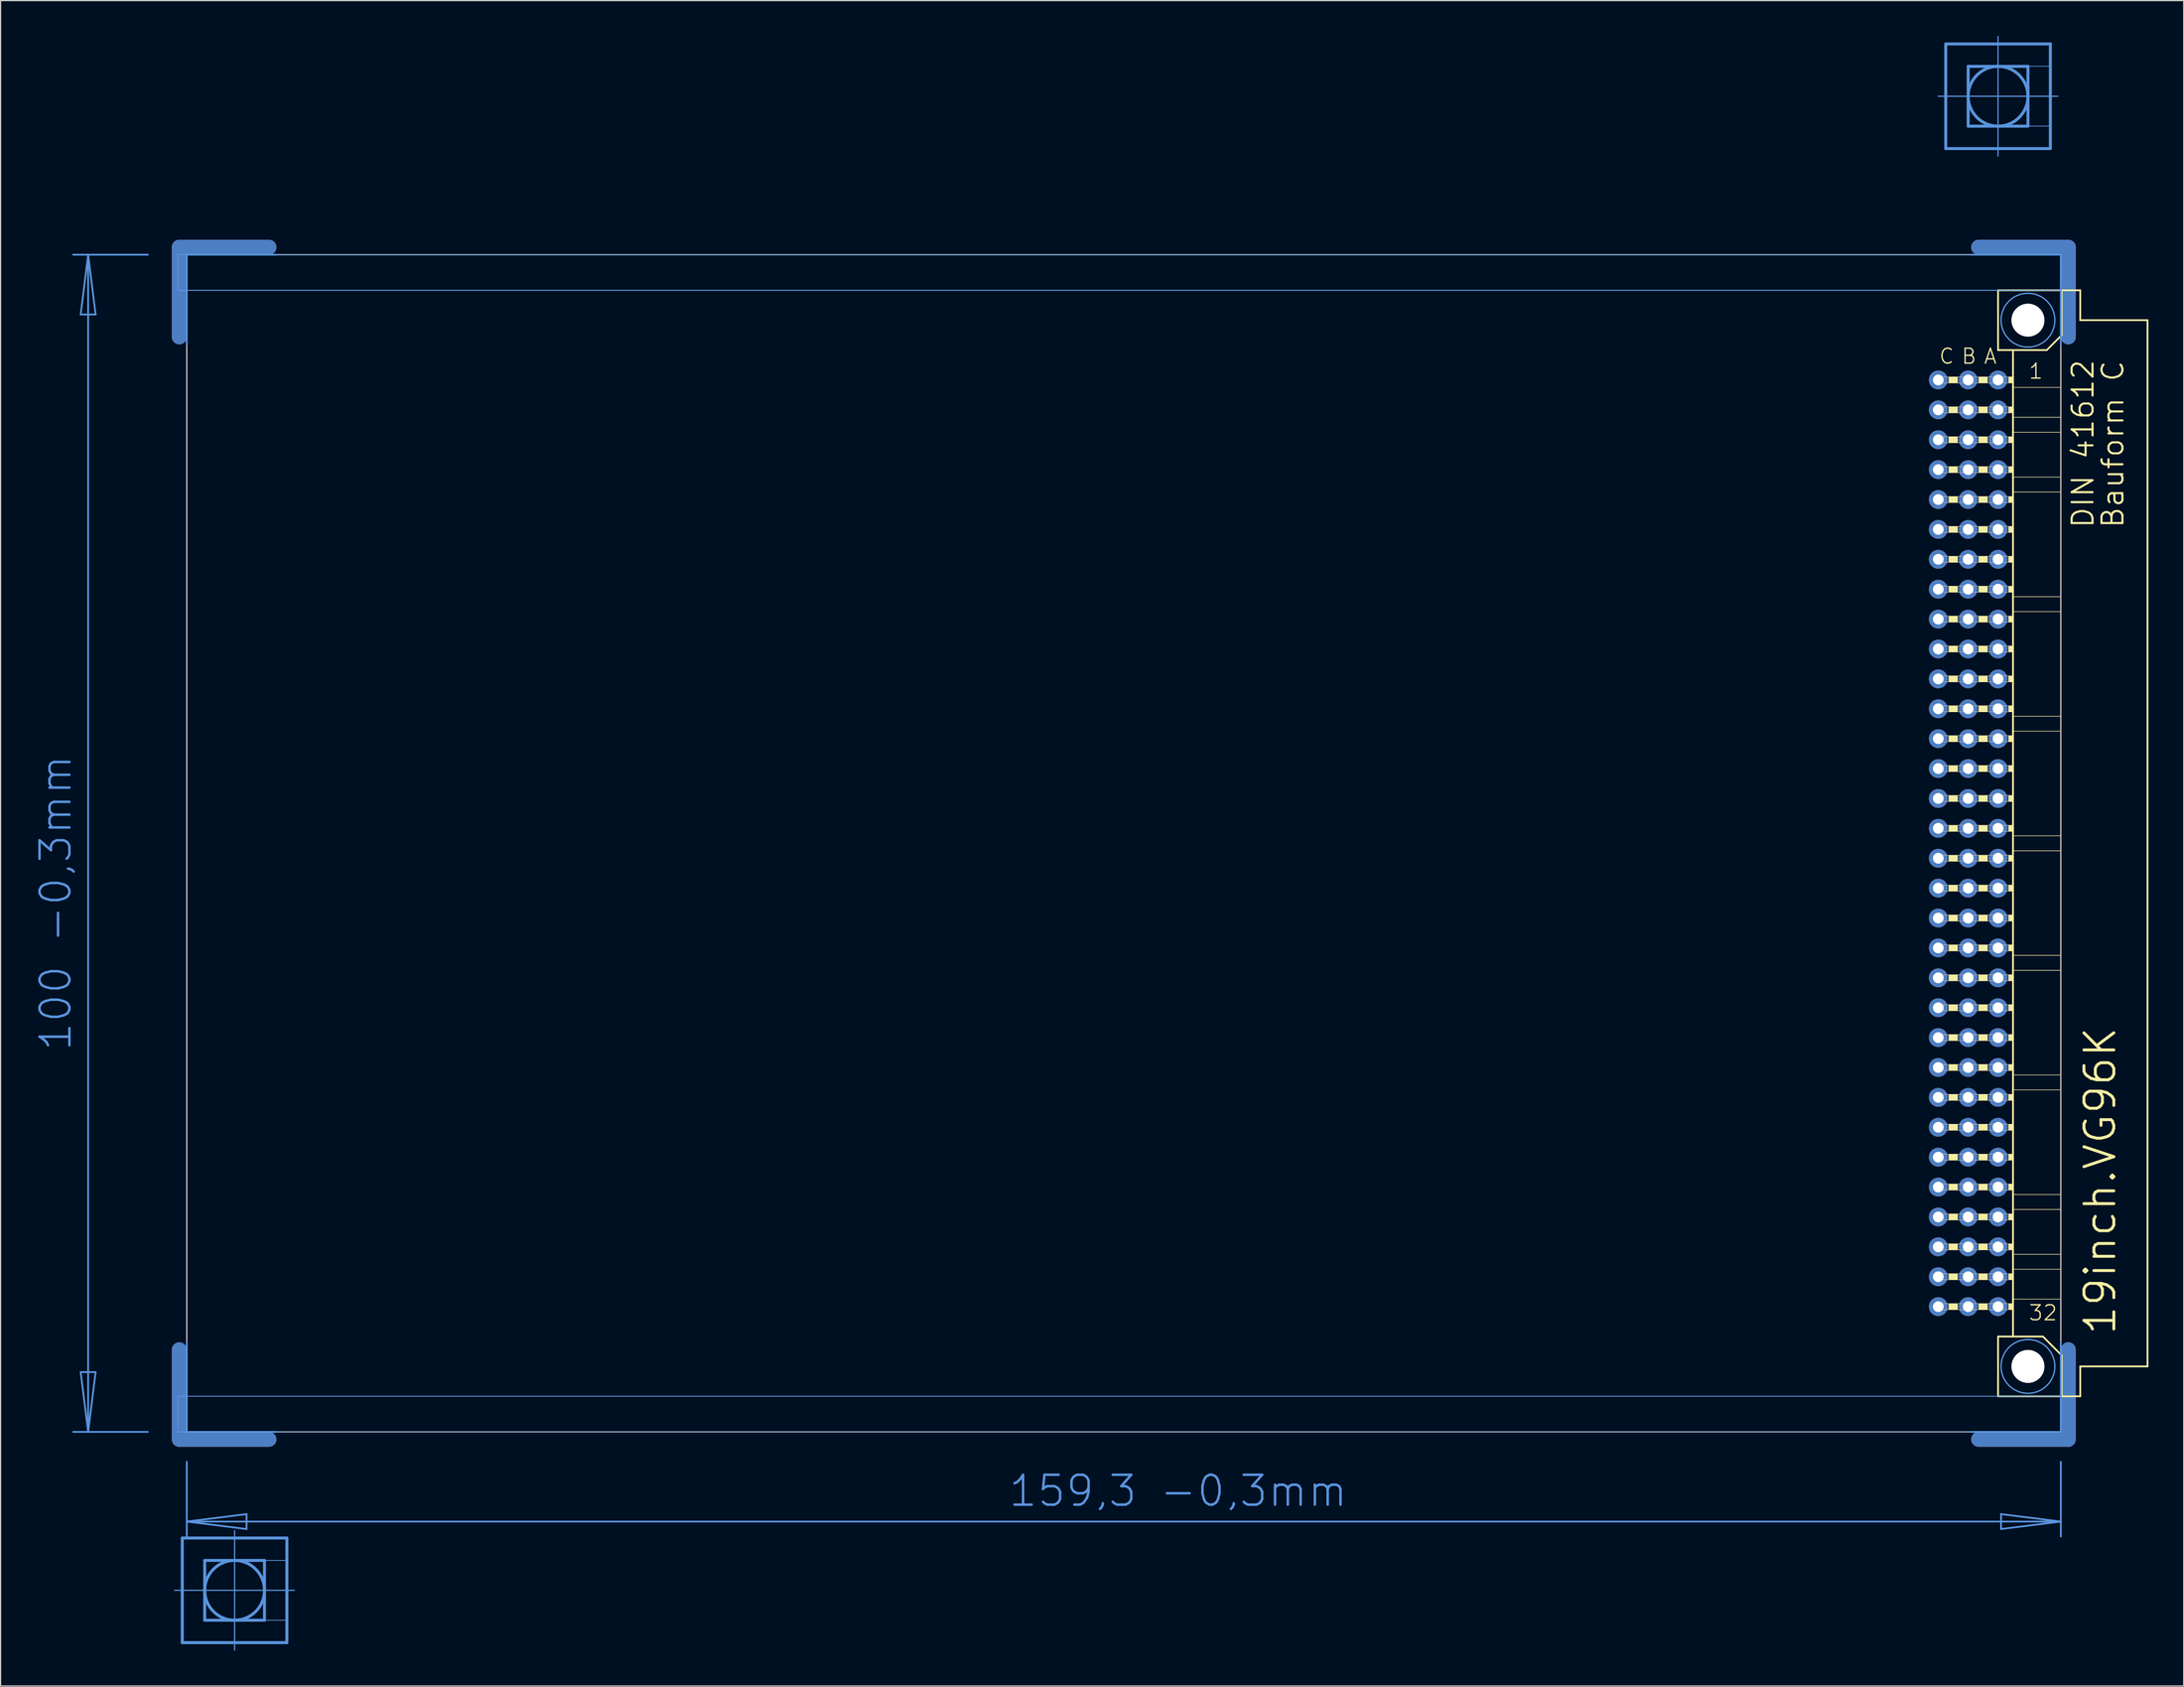
<source format=kicad_pcb>
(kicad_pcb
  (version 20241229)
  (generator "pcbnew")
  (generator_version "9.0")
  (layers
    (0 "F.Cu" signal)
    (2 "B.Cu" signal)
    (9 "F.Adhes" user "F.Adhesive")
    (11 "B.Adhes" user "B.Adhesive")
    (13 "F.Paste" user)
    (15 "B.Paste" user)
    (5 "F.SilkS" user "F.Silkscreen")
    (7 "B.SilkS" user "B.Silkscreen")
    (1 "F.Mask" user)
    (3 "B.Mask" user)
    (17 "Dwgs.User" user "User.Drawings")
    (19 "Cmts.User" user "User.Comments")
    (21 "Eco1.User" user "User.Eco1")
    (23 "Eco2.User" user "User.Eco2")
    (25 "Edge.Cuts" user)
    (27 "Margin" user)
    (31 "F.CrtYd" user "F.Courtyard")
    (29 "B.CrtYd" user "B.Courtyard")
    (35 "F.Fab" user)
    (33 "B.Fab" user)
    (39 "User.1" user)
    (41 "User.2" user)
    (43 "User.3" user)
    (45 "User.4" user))
  (footprint "19inch.VG96K"
    (layer "F.Cu")
    (at 11.806 68.605)
    (property "Reference" "19inch.VG96K" (at 165.1 41.91 90) (layer "F.SilkS") (effects (font (size 2.54 2.54) (thickness 0.25)) (justify left bottom)))
    (attr through_hole)
    (fp_line (start 0.381 -43.028) (end 0.381 -50.648) (stroke (width 1.27) (type default)) (layer "F.Cu"))
    (fp_line (start 0.381 43.028) (end 0.381 50.648) (stroke (width 1.27) (type default)) (layer "F.Cu"))
    (fp_line (start 8.001 -50.648) (end 0.381 -50.648) (stroke (width 1.27) (type default)) (layer "F.Cu"))
    (fp_line (start 8.001 50.648) (end 0.381 50.648) (stroke (width 1.27) (type default)) (layer "F.Cu"))
    (fp_line (start 153.289 -50.648) (end 160.909 -50.648) (stroke (width 1.27) (type default)) (layer "F.Cu"))
    (fp_line (start 153.289 50.648) (end 160.909 50.648) (stroke (width 1.27) (type default)) (layer "F.Cu"))
    (fp_line (start 160.909 -43.028) (end 160.909 -50.648) (stroke (width 1.27) (type default)) (layer "F.Cu"))
    (fp_line (start 160.909 43.028) (end 160.909 50.648) (stroke (width 1.27) (type default)) (layer "F.Cu"))
    (fp_line (start 1.016 -42.393) (end 1.016 -50.013) (stroke (width 0.152) (type default)) (layer "F.Mask"))
    (fp_line (start 1.016 42.393) (end 1.016 50.013) (stroke (width 0.152) (type default)) (layer "F.Mask"))
    (fp_line (start 8.636 -50.013) (end 1.016 -50.013) (stroke (width 0.152) (type default)) (layer "F.Mask"))
    (fp_line (start 8.636 50.013) (end 1.016 50.013) (stroke (width 0.152) (type default)) (layer "F.Mask"))
    (fp_line (start 152.654 -50.013) (end 160.274 -50.013) (stroke (width 0.152) (type default)) (layer "F.Mask"))
    (fp_line (start 152.654 50.013) (end 160.274 50.013) (stroke (width 0.152) (type default)) (layer "F.Mask"))
    (fp_line (start 160.274 -42.393) (end 160.274 -50.013) (stroke (width 0.152) (type default)) (layer "F.Mask"))
    (fp_line (start 160.274 42.393) (end 160.274 50.013) (stroke (width 0.152) (type default)) (layer "F.Mask"))
    (fp_line (start 0.381 -43.028) (end 0.381 -50.648) (stroke (width 1.27) (type default)) (layer "B.Cu"))
    (fp_line (start 0.381 43.028) (end 0.381 50.648) (stroke (width 1.27) (type default)) (layer "B.Cu"))
    (fp_line (start 8.001 -50.648) (end 0.381 -50.648) (stroke (width 1.27) (type default)) (layer "B.Cu"))
    (fp_line (start 8.001 50.648) (end 0.381 50.648) (stroke (width 1.27) (type default)) (layer "B.Cu"))
    (fp_line (start 153.289 -50.648) (end 160.909 -50.648) (stroke (width 1.27) (type default)) (layer "B.Cu"))
    (fp_line (start 153.289 50.648) (end 160.909 50.648) (stroke (width 1.27) (type default)) (layer "B.Cu"))
    (fp_line (start 160.909 -43.028) (end 160.909 -50.648) (stroke (width 1.27) (type default)) (layer "B.Cu"))
    (fp_line (start 160.909 43.028) (end 160.909 50.648) (stroke (width 1.27) (type default)) (layer "B.Cu"))
    (fp_line (start 1.016 -50.013) (end 8.636 -50.013) (stroke (width 0.152) (type default)) (layer "B.Mask"))
    (fp_line (start 1.016 -42.393) (end 1.016 -50.013) (stroke (width 0.152) (type default)) (layer "B.Mask"))
    (fp_line (start 1.016 50.013) (end 1.016 42.393) (stroke (width 0.152) (type default)) (layer "B.Mask"))
    (fp_line (start 8.636 50.013) (end 1.016 50.013) (stroke (width 0.152) (type default)) (layer "B.Mask"))
    (fp_line (start 152.654 -50.013) (end 160.274 -50.013) (stroke (width 0.152) (type default)) (layer "B.Mask"))
    (fp_line (start 160.274 -50.013) (end 160.274 -42.393) (stroke (width 0.152) (type default)) (layer "B.Mask"))
    (fp_line (start 160.274 42.393) (end 160.274 50.013) (stroke (width 0.152) (type default)) (layer "B.Mask"))
    (fp_line (start 160.274 50.013) (end 152.654 50.013) (stroke (width 0.152) (type default)) (layer "B.Mask"))
    (fp_line (start 154.94 -46.99) (end 154.94 -41.91) (stroke (width 0.152) (type default)) (layer "F.SilkS"))
    (fp_line (start 154.94 -41.91) (end 156.21 -41.91) (stroke (width 0.152) (type default)) (layer "F.SilkS"))
    (fp_line (start 154.94 41.91) (end 154.94 46.99) (stroke (width 0.152) (type default)) (layer "F.SilkS"))
    (fp_line (start 154.94 41.91) (end 156.21 41.91) (stroke (width 0.152) (type default)) (layer "F.SilkS"))
    (fp_line (start 154.94 46.99) (end 160.35 46.99) (stroke (width 0.152) (type default)) (layer "F.SilkS"))
    (fp_line (start 156.21 -41.91) (end 156.21 -38.735) (stroke (width 0.152) (type default)) (layer "F.SilkS"))
    (fp_line (start 156.21 -41.91) (end 159.08 -41.91) (stroke (width 0.152) (type default)) (layer "F.SilkS"))
    (fp_line (start 156.21 -38.735) (end 156.21 -36.195) (stroke (width 0.152) (type default)) (layer "F.SilkS"))
    (fp_line (start 156.21 -36.195) (end 156.21 -34.925) (stroke (width 0.152) (type default)) (layer "F.SilkS"))
    (fp_line (start 156.21 -34.925) (end 156.21 -31.115) (stroke (width 0.152) (type default)) (layer "F.SilkS"))
    (fp_line (start 156.21 -31.115) (end 156.21 -29.845) (stroke (width 0.152) (type default)) (layer "F.SilkS"))
    (fp_line (start 156.21 -29.845) (end 156.21 -20.955) (stroke (width 0.152) (type default)) (layer "F.SilkS"))
    (fp_line (start 156.21 -20.955) (end 156.21 -19.685) (stroke (width 0.152) (type default)) (layer "F.SilkS"))
    (fp_line (start 156.21 -19.685) (end 156.21 -10.795) (stroke (width 0.152) (type default)) (layer "F.SilkS"))
    (fp_line (start 156.21 -10.795) (end 156.21 -9.525) (stroke (width 0.152) (type default)) (layer "F.SilkS"))
    (fp_line (start 156.21 -9.525) (end 156.21 -0.635) (stroke (width 0.152) (type default)) (layer "F.SilkS"))
    (fp_line (start 156.21 -0.635) (end 156.21 0.635) (stroke (width 0.152) (type default)) (layer "F.SilkS"))
    (fp_line (start 156.21 0.635) (end 156.21 9.525) (stroke (width 0.152) (type default)) (layer "F.SilkS"))
    (fp_line (start 156.21 9.525) (end 156.21 10.795) (stroke (width 0.152) (type default)) (layer "F.SilkS"))
    (fp_line (start 156.21 10.795) (end 156.21 19.685) (stroke (width 0.152) (type default)) (layer "F.SilkS"))
    (fp_line (start 156.21 19.685) (end 156.21 20.955) (stroke (width 0.152) (type default)) (layer "F.SilkS"))
    (fp_line (start 156.21 20.955) (end 156.21 29.845) (stroke (width 0.152) (type default)) (layer "F.SilkS"))
    (fp_line (start 156.21 29.845) (end 156.21 31.115) (stroke (width 0.152) (type default)) (layer "F.SilkS"))
    (fp_line (start 156.21 31.115) (end 156.21 34.925) (stroke (width 0.152) (type default)) (layer "F.SilkS"))
    (fp_line (start 156.21 34.925) (end 156.21 36.195) (stroke (width 0.152) (type default)) (layer "F.SilkS"))
    (fp_line (start 156.21 36.195) (end 156.21 38.735) (stroke (width 0.152) (type default)) (layer "F.SilkS"))
    (fp_line (start 156.21 38.735) (end 156.21 41.91) (stroke (width 0.152) (type default)) (layer "F.SilkS"))
    (fp_line (start 156.21 41.91) (end 158.75 41.91) (stroke (width 0.152) (type default)) (layer "F.SilkS"))
    (fp_line (start 159.08 -41.91) (end 160.35 -43.18) (stroke (width 0.152) (type default)) (layer "F.SilkS"))
    (fp_line (start 160.274 -38.735) (end 156.21 -38.735) (stroke (width 0.051) (type default)) (layer "F.SilkS"))
    (fp_line (start 160.274 -38.735) (end 160.274 -36.195) (stroke (width 0.051) (type default)) (layer "F.SilkS"))
    (fp_line (start 160.274 -36.195) (end 156.21 -36.195) (stroke (width 0.051) (type default)) (layer "F.SilkS"))
    (fp_line (start 160.274 -34.925) (end 156.21 -34.925) (stroke (width 0.051) (type default)) (layer "F.SilkS"))
    (fp_line (start 160.274 -34.925) (end 160.274 -31.115) (stroke (width 0.051) (type default)) (layer "F.SilkS"))
    (fp_line (start 160.274 -31.115) (end 156.21 -31.115) (stroke (width 0.051) (type default)) (layer "F.SilkS"))
    (fp_line (start 160.274 -29.845) (end 156.21 -29.845) (stroke (width 0.051) (type default)) (layer "F.SilkS"))
    (fp_line (start 160.274 -29.845) (end 160.274 -20.955) (stroke (width 0.051) (type default)) (layer "F.SilkS"))
    (fp_line (start 160.274 -20.955) (end 156.21 -20.955) (stroke (width 0.051) (type default)) (layer "F.SilkS"))
    (fp_line (start 160.274 -19.685) (end 156.21 -19.685) (stroke (width 0.051) (type default)) (layer "F.SilkS"))
    (fp_line (start 160.274 -19.685) (end 160.274 -10.795) (stroke (width 0.051) (type default)) (layer "F.SilkS"))
    (fp_line (start 160.274 -10.795) (end 156.21 -10.795) (stroke (width 0.051) (type default)) (layer "F.SilkS"))
    (fp_line (start 160.274 -9.525) (end 156.21 -9.525) (stroke (width 0.051) (type default)) (layer "F.SilkS"))
    (fp_line (start 160.274 -9.525) (end 160.274 -0.635) (stroke (width 0.051) (type default)) (layer "F.SilkS"))
    (fp_line (start 160.274 -0.635) (end 156.21 -0.635) (stroke (width 0.051) (type default)) (layer "F.SilkS"))
    (fp_line (start 160.274 0.635) (end 156.21 0.635) (stroke (width 0.051) (type default)) (layer "F.SilkS"))
    (fp_line (start 160.274 0.635) (end 160.274 9.525) (stroke (width 0.051) (type default)) (layer "F.SilkS"))
    (fp_line (start 160.274 9.525) (end 156.21 9.525) (stroke (width 0.051) (type default)) (layer "F.SilkS"))
    (fp_line (start 160.274 10.795) (end 156.21 10.795) (stroke (width 0.051) (type default)) (layer "F.SilkS"))
    (fp_line (start 160.274 10.795) (end 160.274 19.685) (stroke (width 0.051) (type default)) (layer "F.SilkS"))
    (fp_line (start 160.274 19.685) (end 156.21 19.685) (stroke (width 0.051) (type default)) (layer "F.SilkS"))
    (fp_line (start 160.274 20.955) (end 156.21 20.955) (stroke (width 0.051) (type default)) (layer "F.SilkS"))
    (fp_line (start 160.274 20.955) (end 160.274 29.845) (stroke (width 0.051) (type default)) (layer "F.SilkS"))
    (fp_line (start 160.274 29.845) (end 156.21 29.845) (stroke (width 0.051) (type default)) (layer "F.SilkS"))
    (fp_line (start 160.274 31.115) (end 156.21 31.115) (stroke (width 0.051) (type default)) (layer "F.SilkS"))
    (fp_line (start 160.274 31.115) (end 160.274 34.925) (stroke (width 0.051) (type default)) (layer "F.SilkS"))
    (fp_line (start 160.274 34.925) (end 156.21 34.925) (stroke (width 0.051) (type default)) (layer "F.SilkS"))
    (fp_line (start 160.274 36.195) (end 156.21 36.195) (stroke (width 0.051) (type default)) (layer "F.SilkS"))
    (fp_line (start 160.274 36.195) (end 160.274 38.735) (stroke (width 0.051) (type default)) (layer "F.SilkS"))
    (fp_line (start 160.274 38.735) (end 156.21 38.735) (stroke (width 0.051) (type default)) (layer "F.SilkS"))
    (fp_line (start 160.35 -46.99) (end 154.94 -46.99) (stroke (width 0.152) (type default)) (layer "F.SilkS"))
    (fp_line (start 160.35 -43.18) (end 160.35 -46.99) (stroke (width 0.152) (type default)) (layer "F.SilkS"))
    (fp_line (start 160.35 43.51) (end 158.75 41.91) (stroke (width 0.152) (type default)) (layer "F.SilkS"))
    (fp_line (start 160.35 43.51) (end 160.35 46.99) (stroke (width 0.152) (type default)) (layer "F.SilkS"))
    (fp_line (start 160.35 46.99) (end 161.925 46.99) (stroke (width 0.152) (type default)) (layer "F.SilkS"))
    (fp_line (start 161.925 -46.99) (end 160.35 -46.99) (stroke (width 0.152) (type default)) (layer "F.SilkS"))
    (fp_line (start 161.925 -44.45) (end 161.925 -46.99) (stroke (width 0.152) (type default)) (layer "F.SilkS"))
    (fp_line (start 161.925 44.45) (end 167.64 44.45) (stroke (width 0.152) (type default)) (layer "F.SilkS"))
    (fp_line (start 161.925 46.99) (end 161.925 44.45) (stroke (width 0.152) (type default)) (layer "F.SilkS"))
    (fp_line (start 167.64 -44.45) (end 161.925 -44.45) (stroke (width 0.152) (type default)) (layer "F.SilkS"))
    (fp_line (start 167.64 44.45) (end 167.64 -44.45) (stroke (width 0.152) (type default)) (layer "F.SilkS"))
    (fp_rect (start 150.749 -39.116) (end 151.511 -39.624) (stroke (width 0.05) (type default)) (fill yes) (layer "F.SilkS"))
    (fp_rect (start 150.749 -36.576) (end 151.511 -37.084) (stroke (width 0.05) (type default)) (fill yes) (layer "F.SilkS"))
    (fp_rect (start 150.749 -34.036) (end 151.511 -34.544) (stroke (width 0.05) (type default)) (fill yes) (layer "F.SilkS"))
    (fp_rect (start 150.749 -31.496) (end 151.511 -32.004) (stroke (width 0.05) (type default)) (fill yes) (layer "F.SilkS"))
    (fp_rect (start 150.749 -28.956) (end 151.511 -29.464) (stroke (width 0.05) (type default)) (fill yes) (layer "F.SilkS"))
    (fp_rect (start 150.749 -26.416) (end 151.511 -26.924) (stroke (width 0.05) (type default)) (fill yes) (layer "F.SilkS"))
    (fp_rect (start 150.749 -23.876) (end 151.511 -24.384) (stroke (width 0.05) (type default)) (fill yes) (layer "F.SilkS"))
    (fp_rect (start 150.749 -21.336) (end 151.511 -21.844) (stroke (width 0.05) (type default)) (fill yes) (layer "F.SilkS"))
    (fp_rect (start 150.749 -18.796) (end 151.511 -19.304) (stroke (width 0.05) (type default)) (fill yes) (layer "F.SilkS"))
    (fp_rect (start 150.749 -16.256) (end 151.511 -16.764) (stroke (width 0.05) (type default)) (fill yes) (layer "F.SilkS"))
    (fp_rect (start 150.749 -13.716) (end 151.511 -14.224) (stroke (width 0.05) (type default)) (fill yes) (layer "F.SilkS"))
    (fp_rect (start 150.749 -11.176) (end 151.511 -11.684) (stroke (width 0.05) (type default)) (fill yes) (layer "F.SilkS"))
    (fp_rect (start 150.749 -8.636) (end 151.511 -9.144) (stroke (width 0.05) (type default)) (fill yes) (layer "F.SilkS"))
    (fp_rect (start 150.749 -6.096) (end 151.511 -6.604) (stroke (width 0.05) (type default)) (fill yes) (layer "F.SilkS"))
    (fp_rect (start 150.749 -3.556) (end 151.511 -4.064) (stroke (width 0.05) (type default)) (fill yes) (layer "F.SilkS"))
    (fp_rect (start 150.749 -1.016) (end 151.511 -1.524) (stroke (width 0.05) (type default)) (fill yes) (layer "F.SilkS"))
    (fp_rect (start 150.749 1.524) (end 151.511 1.016) (stroke (width 0.05) (type default)) (fill yes) (layer "F.SilkS"))
    (fp_rect (start 150.749 4.064) (end 151.511 3.556) (stroke (width 0.05) (type default)) (fill yes) (layer "F.SilkS"))
    (fp_rect (start 150.749 6.604) (end 151.511 6.096) (stroke (width 0.05) (type default)) (fill yes) (layer "F.SilkS"))
    (fp_rect (start 150.749 9.144) (end 151.511 8.636) (stroke (width 0.05) (type default)) (fill yes) (layer "F.SilkS"))
    (fp_rect (start 150.749 11.684) (end 151.511 11.176) (stroke (width 0.05) (type default)) (fill yes) (layer "F.SilkS"))
    (fp_rect (start 150.749 14.224) (end 151.511 13.716) (stroke (width 0.05) (type default)) (fill yes) (layer "F.SilkS"))
    (fp_rect (start 150.749 16.764) (end 151.511 16.256) (stroke (width 0.05) (type default)) (fill yes) (layer "F.SilkS"))
    (fp_rect (start 150.749 19.304) (end 151.511 18.796) (stroke (width 0.05) (type default)) (fill yes) (layer "F.SilkS"))
    (fp_rect (start 150.749 21.844) (end 151.511 21.336) (stroke (width 0.05) (type default)) (fill yes) (layer "F.SilkS"))
    (fp_rect (start 150.749 24.384) (end 151.511 23.876) (stroke (width 0.05) (type default)) (fill yes) (layer "F.SilkS"))
    (fp_rect (start 150.749 26.924) (end 151.511 26.416) (stroke (width 0.05) (type default)) (fill yes) (layer "F.SilkS"))
    (fp_rect (start 150.749 29.464) (end 151.511 28.956) (stroke (width 0.05) (type default)) (fill yes) (layer "F.SilkS"))
    (fp_rect (start 150.749 32.004) (end 151.511 31.496) (stroke (width 0.05) (type default)) (fill yes) (layer "F.SilkS"))
    (fp_rect (start 150.749 34.544) (end 151.511 34.036) (stroke (width 0.05) (type default)) (fill yes) (layer "F.SilkS"))
    (fp_rect (start 150.749 37.084) (end 151.511 36.576) (stroke (width 0.05) (type default)) (fill yes) (layer "F.SilkS"))
    (fp_rect (start 150.749 39.624) (end 151.511 39.116) (stroke (width 0.05) (type default)) (fill yes) (layer "F.SilkS"))
    (fp_rect (start 153.289 -39.116) (end 154.051 -39.624) (stroke (width 0.05) (type default)) (fill yes) (layer "F.SilkS"))
    (fp_rect (start 153.289 -36.576) (end 154.051 -37.084) (stroke (width 0.05) (type default)) (fill yes) (layer "F.SilkS"))
    (fp_rect (start 153.289 -34.036) (end 154.051 -34.544) (stroke (width 0.05) (type default)) (fill yes) (layer "F.SilkS"))
    (fp_rect (start 153.289 -31.496) (end 154.051 -32.004) (stroke (width 0.05) (type default)) (fill yes) (layer "F.SilkS"))
    (fp_rect (start 153.289 -28.956) (end 154.051 -29.464) (stroke (width 0.05) (type default)) (fill yes) (layer "F.SilkS"))
    (fp_rect (start 153.289 -26.416) (end 154.051 -26.924) (stroke (width 0.05) (type default)) (fill yes) (layer "F.SilkS"))
    (fp_rect (start 153.289 -23.876) (end 154.051 -24.384) (stroke (width 0.05) (type default)) (fill yes) (layer "F.SilkS"))
    (fp_rect (start 153.289 -21.336) (end 154.051 -21.844) (stroke (width 0.05) (type default)) (fill yes) (layer "F.SilkS"))
    (fp_rect (start 153.289 -18.796) (end 154.051 -19.304) (stroke (width 0.05) (type default)) (fill yes) (layer "F.SilkS"))
    (fp_rect (start 153.289 -16.256) (end 154.051 -16.764) (stroke (width 0.05) (type default)) (fill yes) (layer "F.SilkS"))
    (fp_rect (start 153.289 -13.716) (end 154.051 -14.224) (stroke (width 0.05) (type default)) (fill yes) (layer "F.SilkS"))
    (fp_rect (start 153.289 -11.176) (end 154.051 -11.684) (stroke (width 0.05) (type default)) (fill yes) (layer "F.SilkS"))
    (fp_rect (start 153.289 -8.636) (end 154.051 -9.144) (stroke (width 0.05) (type default)) (fill yes) (layer "F.SilkS"))
    (fp_rect (start 153.289 -6.096) (end 154.051 -6.604) (stroke (width 0.05) (type default)) (fill yes) (layer "F.SilkS"))
    (fp_rect (start 153.289 -3.556) (end 154.051 -4.064) (stroke (width 0.05) (type default)) (fill yes) (layer "F.SilkS"))
    (fp_rect (start 153.289 -1.016) (end 154.051 -1.524) (stroke (width 0.05) (type default)) (fill yes) (layer "F.SilkS"))
    (fp_rect (start 153.289 1.524) (end 154.051 1.016) (stroke (width 0.05) (type default)) (fill yes) (layer "F.SilkS"))
    (fp_rect (start 153.289 4.064) (end 154.051 3.556) (stroke (width 0.05) (type default)) (fill yes) (layer "F.SilkS"))
    (fp_rect (start 153.289 6.604) (end 154.051 6.096) (stroke (width 0.05) (type default)) (fill yes) (layer "F.SilkS"))
    (fp_rect (start 153.289 9.144) (end 154.051 8.636) (stroke (width 0.05) (type default)) (fill yes) (layer "F.SilkS"))
    (fp_rect (start 153.289 11.684) (end 154.051 11.176) (stroke (width 0.05) (type default)) (fill yes) (layer "F.SilkS"))
    (fp_rect (start 153.289 14.224) (end 154.051 13.716) (stroke (width 0.05) (type default)) (fill yes) (layer "F.SilkS"))
    (fp_rect (start 153.289 16.764) (end 154.051 16.256) (stroke (width 0.05) (type default)) (fill yes) (layer "F.SilkS"))
    (fp_rect (start 153.289 19.304) (end 154.051 18.796) (stroke (width 0.05) (type default)) (fill yes) (layer "F.SilkS"))
    (fp_rect (start 153.289 21.844) (end 154.051 21.336) (stroke (width 0.05) (type default)) (fill yes) (layer "F.SilkS"))
    (fp_rect (start 153.289 24.384) (end 154.051 23.876) (stroke (width 0.05) (type default)) (fill yes) (layer "F.SilkS"))
    (fp_rect (start 153.289 26.924) (end 154.051 26.416) (stroke (width 0.05) (type default)) (fill yes) (layer "F.SilkS"))
    (fp_rect (start 153.289 29.464) (end 154.051 28.956) (stroke (width 0.05) (type default)) (fill yes) (layer "F.SilkS"))
    (fp_rect (start 153.289 32.004) (end 154.051 31.496) (stroke (width 0.05) (type default)) (fill yes) (layer "F.SilkS"))
    (fp_rect (start 153.289 34.544) (end 154.051 34.036) (stroke (width 0.05) (type default)) (fill yes) (layer "F.SilkS"))
    (fp_rect (start 153.289 37.084) (end 154.051 36.576) (stroke (width 0.05) (type default)) (fill yes) (layer "F.SilkS"))
    (fp_rect (start 153.289 39.624) (end 154.051 39.116) (stroke (width 0.05) (type default)) (fill yes) (layer "F.SilkS"))
    (fp_rect (start 155.829 -39.116) (end 156.21 -39.624) (stroke (width 0.05) (type default)) (fill yes) (layer "F.SilkS"))
    (fp_rect (start 155.829 -36.576) (end 156.21 -37.084) (stroke (width 0.05) (type default)) (fill yes) (layer "F.SilkS"))
    (fp_rect (start 155.829 -34.036) (end 156.21 -34.544) (stroke (width 0.05) (type default)) (fill yes) (layer "F.SilkS"))
    (fp_rect (start 155.829 -31.496) (end 156.21 -32.004) (stroke (width 0.05) (type default)) (fill yes) (layer "F.SilkS"))
    (fp_rect (start 155.829 -28.956) (end 156.21 -29.464) (stroke (width 0.05) (type default)) (fill yes) (layer "F.SilkS"))
    (fp_rect (start 155.829 -26.416) (end 156.21 -26.924) (stroke (width 0.05) (type default)) (fill yes) (layer "F.SilkS"))
    (fp_rect (start 155.829 -23.876) (end 156.21 -24.384) (stroke (width 0.05) (type default)) (fill yes) (layer "F.SilkS"))
    (fp_rect (start 155.829 -21.336) (end 156.21 -21.844) (stroke (width 0.05) (type default)) (fill yes) (layer "F.SilkS"))
    (fp_rect (start 155.829 -18.796) (end 156.21 -19.304) (stroke (width 0.05) (type default)) (fill yes) (layer "F.SilkS"))
    (fp_rect (start 155.829 -16.256) (end 156.21 -16.764) (stroke (width 0.05) (type default)) (fill yes) (layer "F.SilkS"))
    (fp_rect (start 155.829 -13.716) (end 156.21 -14.224) (stroke (width 0.05) (type default)) (fill yes) (layer "F.SilkS"))
    (fp_rect (start 155.829 -11.176) (end 156.21 -11.684) (stroke (width 0.05) (type default)) (fill yes) (layer "F.SilkS"))
    (fp_rect (start 155.829 -8.636) (end 156.21 -9.144) (stroke (width 0.05) (type default)) (fill yes) (layer "F.SilkS"))
    (fp_rect (start 155.829 -6.096) (end 156.21 -6.604) (stroke (width 0.05) (type default)) (fill yes) (layer "F.SilkS"))
    (fp_rect (start 155.829 -3.556) (end 156.21 -4.064) (stroke (width 0.05) (type default)) (fill yes) (layer "F.SilkS"))
    (fp_rect (start 155.829 -1.016) (end 156.21 -1.524) (stroke (width 0.05) (type default)) (fill yes) (layer "F.SilkS"))
    (fp_rect (start 155.829 1.524) (end 156.21 1.016) (stroke (width 0.05) (type default)) (fill yes) (layer "F.SilkS"))
    (fp_rect (start 155.829 4.064) (end 156.21 3.556) (stroke (width 0.05) (type default)) (fill yes) (layer "F.SilkS"))
    (fp_rect (start 155.829 6.604) (end 156.21 6.096) (stroke (width 0.05) (type default)) (fill yes) (layer "F.SilkS"))
    (fp_rect (start 155.829 9.144) (end 156.21 8.636) (stroke (width 0.05) (type default)) (fill yes) (layer "F.SilkS"))
    (fp_rect (start 155.829 11.684) (end 156.21 11.176) (stroke (width 0.05) (type default)) (fill yes) (layer "F.SilkS"))
    (fp_rect (start 155.829 14.224) (end 156.21 13.716) (stroke (width 0.05) (type default)) (fill yes) (layer "F.SilkS"))
    (fp_rect (start 155.829 16.764) (end 156.21 16.256) (stroke (width 0.05) (type default)) (fill yes) (layer "F.SilkS"))
    (fp_rect (start 155.829 19.304) (end 156.21 18.796) (stroke (width 0.05) (type default)) (fill yes) (layer "F.SilkS"))
    (fp_rect (start 155.829 21.844) (end 156.21 21.336) (stroke (width 0.05) (type default)) (fill yes) (layer "F.SilkS"))
    (fp_rect (start 155.829 24.384) (end 156.21 23.876) (stroke (width 0.05) (type default)) (fill yes) (layer "F.SilkS"))
    (fp_rect (start 155.829 26.924) (end 156.21 26.416) (stroke (width 0.05) (type default)) (fill yes) (layer "F.SilkS"))
    (fp_rect (start 155.829 29.464) (end 156.21 28.956) (stroke (width 0.05) (type default)) (fill yes) (layer "F.SilkS"))
    (fp_rect (start 155.829 32.004) (end 156.21 31.496) (stroke (width 0.05) (type default)) (fill yes) (layer "F.SilkS"))
    (fp_rect (start 155.829 34.544) (end 156.21 34.036) (stroke (width 0.05) (type default)) (fill yes) (layer "F.SilkS"))
    (fp_rect (start 155.829 37.084) (end 156.21 36.576) (stroke (width 0.05) (type default)) (fill yes) (layer "F.SilkS"))
    (fp_rect (start 155.829 39.624) (end 156.21 39.116) (stroke (width 0.05) (type default)) (fill yes) (layer "F.SilkS"))
    (fp_circle (center 157.48 -44.45) (end 158.75 -44.45) (stroke (width 0.152) (type default)) (fill no) (layer "F.SilkS"))
    (fp_circle (center 157.48 44.45) (end 158.75 44.45) (stroke (width 0.152) (type default)) (fill no) (layer "F.SilkS"))
    (fp_line (start -8.636 -50.013) (end -7.366 -50.013) (stroke (width 0.152) (type default)) (layer "Cmts.User"))
    (fp_line (start -8.636 50.013) (end -7.366 50.013) (stroke (width 0.152) (type default)) (layer "Cmts.User"))
    (fp_line (start -8.001 -44.933) (end -7.366 -50.013) (stroke (width 0.152) (type default)) (layer "Cmts.User"))
    (fp_line (start -8.001 44.933) (end -6.731 44.933) (stroke (width 0.152) (type default)) (layer "Cmts.User"))
    (fp_line (start -7.366 -50.013) (end -6.731 -44.933) (stroke (width 0.152) (type default)) (layer "Cmts.User"))
    (fp_line (start -7.366 -50.013) (end -2.286 -50.013) (stroke (width 0.152) (type default)) (layer "Cmts.User"))
    (fp_line (start -7.366 50.013) (end -8.001 44.933) (stroke (width 0.152) (type default)) (layer "Cmts.User"))
    (fp_line (start -7.366 50.013) (end -7.366 -50.013) (stroke (width 0.152) (type default)) (layer "Cmts.User"))
    (fp_line (start -7.366 50.013) (end -2.286 50.013) (stroke (width 0.152) (type default)) (layer "Cmts.User"))
    (fp_line (start -6.731 -44.933) (end -8.001 -44.933) (stroke (width 0.152) (type default)) (layer "Cmts.User"))
    (fp_line (start -6.731 44.933) (end -7.366 50.013) (stroke (width 0.152) (type default)) (layer "Cmts.User"))
    (fp_line (start 0 63.475) (end 0.635 63.475) (stroke (width 0.102) (type default)) (layer "Cmts.User"))
    (fp_line (start 0.635 59.03) (end 9.525 59.03) (stroke (width 0.254) (type default)) (layer "Cmts.User"))
    (fp_line (start 0.635 63.475) (end 0.635 59.03) (stroke (width 0.254) (type default)) (layer "Cmts.User"))
    (fp_line (start 0.635 63.475) (end 10.16 63.475) (stroke (width 0.102) (type default)) (layer "Cmts.User"))
    (fp_line (start 0.635 67.92) (end 0.635 63.475) (stroke (width 0.254) (type default)) (layer "Cmts.User"))
    (fp_line (start 1.016 -50.013) (end 8.636 -50.013) (stroke (width 0.152) (type default)) (layer "Cmts.User"))
    (fp_line (start 1.016 -42.393) (end 1.016 -50.013) (stroke (width 0.152) (type default)) (layer "Cmts.User"))
    (fp_line (start 1.016 50.013) (end 1.016 42.393) (stroke (width 0.152) (type default)) (layer "Cmts.User"))
    (fp_line (start 1.016 57.633) (end 1.016 52.553) (stroke (width 0.152) (type default)) (layer "Cmts.User"))
    (fp_line (start 1.016 57.633) (end 6.096 56.998) (stroke (width 0.152) (type default)) (layer "Cmts.User"))
    (fp_line (start 1.016 57.633) (end 160.274 57.633) (stroke (width 0.152) (type default)) (layer "Cmts.User"))
    (fp_line (start 1.016 58.903) (end 1.016 57.633) (stroke (width 0.152) (type default)) (layer "Cmts.User"))
    (fp_line (start 2.54 60.935) (end 2.54 66.015) (stroke (width 0.254) (type default)) (layer "Cmts.User"))
    (fp_line (start 2.54 66.015) (end 7.62 66.015) (stroke (width 0.254) (type default)) (layer "Cmts.User"))
    (fp_line (start 5.08 68.555) (end 5.08 58.395) (stroke (width 0.102) (type default)) (layer "Cmts.User"))
    (fp_line (start 6.096 56.998) (end 6.096 58.268) (stroke (width 0.152) (type default)) (layer "Cmts.User"))
    (fp_line (start 6.096 58.268) (end 1.016 57.633) (stroke (width 0.152) (type default)) (layer "Cmts.User"))
    (fp_line (start 7.62 60.935) (end 2.54 60.935) (stroke (width 0.254) (type default)) (layer "Cmts.User"))
    (fp_line (start 7.62 66.015) (end 7.62 60.935) (stroke (width 0.254) (type default)) (layer "Cmts.User"))
    (fp_line (start 8.636 50.013) (end 1.016 50.013) (stroke (width 0.152) (type default)) (layer "Cmts.User"))
    (fp_line (start 9.525 59.03) (end 9.525 67.92) (stroke (width 0.254) (type default)) (layer "Cmts.User"))
    (fp_line (start 9.525 67.92) (end 0.635 67.92) (stroke (width 0.254) (type default)) (layer "Cmts.User"))
    (fp_line (start 149.86 -63.475) (end 150.495 -63.475) (stroke (width 0.102) (type default)) (layer "Cmts.User"))
    (fp_line (start 150.495 -67.92) (end 159.385 -67.92) (stroke (width 0.254) (type default)) (layer "Cmts.User"))
    (fp_line (start 150.495 -63.475) (end 150.495 -67.92) (stroke (width 0.254) (type default)) (layer "Cmts.User"))
    (fp_line (start 150.495 -63.475) (end 160.02 -63.475) (stroke (width 0.102) (type default)) (layer "Cmts.User"))
    (fp_line (start 150.495 -59.03) (end 150.495 -63.475) (stroke (width 0.254) (type default)) (layer "Cmts.User"))
    (fp_line (start 152.4 -66.015) (end 152.4 -60.935) (stroke (width 0.254) (type default)) (layer "Cmts.User"))
    (fp_line (start 152.4 -60.935) (end 157.48 -60.935) (stroke (width 0.254) (type default)) (layer "Cmts.User"))
    (fp_line (start 152.654 -50.013) (end 160.274 -50.013) (stroke (width 0.152) (type default)) (layer "Cmts.User"))
    (fp_line (start 154.94 -58.395) (end 154.94 -68.555) (stroke (width 0.102) (type default)) (layer "Cmts.User"))
    (fp_line (start 155.194 56.998) (end 160.274 57.633) (stroke (width 0.152) (type default)) (layer "Cmts.User"))
    (fp_line (start 155.194 58.268) (end 155.194 56.998) (stroke (width 0.152) (type default)) (layer "Cmts.User"))
    (fp_line (start 157.48 -66.015) (end 152.4 -66.015) (stroke (width 0.254) (type default)) (layer "Cmts.User"))
    (fp_line (start 157.48 -60.935) (end 157.48 -66.015) (stroke (width 0.254) (type default)) (layer "Cmts.User"))
    (fp_line (start 159.385 -67.92) (end 159.385 -59.03) (stroke (width 0.254) (type default)) (layer "Cmts.User"))
    (fp_line (start 159.385 -59.03) (end 150.495 -59.03) (stroke (width 0.254) (type default)) (layer "Cmts.User"))
    (fp_line (start 160.274 -50.013) (end 160.274 -42.393) (stroke (width 0.152) (type default)) (layer "Cmts.User"))
    (fp_line (start 160.274 42.393) (end 160.274 50.013) (stroke (width 0.152) (type default)) (layer "Cmts.User"))
    (fp_line (start 160.274 50.013) (end 152.654 50.013) (stroke (width 0.152) (type default)) (layer "Cmts.User"))
    (fp_line (start 160.274 57.633) (end 155.194 58.268) (stroke (width 0.152) (type default)) (layer "Cmts.User"))
    (fp_line (start 160.274 57.633) (end 160.274 52.553) (stroke (width 0.152) (type default)) (layer "Cmts.User"))
    (fp_line (start 160.274 58.903) (end 160.274 57.633) (stroke (width 0.152) (type default)) (layer "Cmts.User"))
    (fp_rect (start 0.254 -46.99) (end 160.274 -50.013) (stroke (width 0.05) (type default)) (fill no) (layer "Cmts.User"))
    (fp_rect (start 0.254 50.013) (end 160.274 46.99) (stroke (width 0.05) (type default)) (fill no) (layer "Cmts.User"))
    (fp_rect (start 5.08 60.935) (end 9.525 59.03) (stroke (width 0.05) (type default)) (fill no) (layer "Cmts.User"))
    (fp_rect (start 5.08 67.92) (end 9.525 66.015) (stroke (width 0.05) (type default)) (fill no) (layer "Cmts.User"))
    (fp_rect (start 7.62 66.015) (end 9.525 60.935) (stroke (width 0.05) (type default)) (fill no) (layer "Cmts.User"))
    (fp_rect (start 154.94 -66.015) (end 159.385 -67.92) (stroke (width 0.05) (type default)) (fill no) (layer "Cmts.User"))
    (fp_rect (start 154.94 -59.03) (end 159.385 -60.935) (stroke (width 0.05) (type default)) (fill no) (layer "Cmts.User"))
    (fp_rect (start 157.48 -60.935) (end 159.385 -66.015) (stroke (width 0.05) (type default)) (fill no) (layer "Cmts.User"))
    (fp_circle (center 5.08 63.475) (end 7.62 63.475) (stroke (width 0.254) (type default)) (fill no) (layer "Cmts.User"))
    (fp_circle (center 154.94 -63.475) (end 157.48 -63.475) (stroke (width 0.254) (type default)) (fill no) (layer "Cmts.User"))
    (fp_circle (center 157.48 -44.45) (end 159.766 -44.45) (stroke (width 0.1) (type default)) (fill no) (layer "Cmts.User"))
    (fp_circle (center 157.48 -44.45) (end 159.766 -44.45) (stroke (width 0.1) (type default)) (fill no) (layer "Cmts.User"))
    (fp_circle (center 157.48 44.45) (end 159.766 44.45) (stroke (width 0.1) (type default)) (fill no) (layer "Cmts.User"))
    (fp_circle (center 157.48 44.45) (end 159.766 44.45) (stroke (width 0.1) (type default)) (fill no) (layer "Cmts.User"))
    (fp_line (start 1.016 -50.013) (end 1.016 50.013) (stroke (width 0.1) (type default)) (layer "Edge.Cuts"))
    (fp_line (start 1.016 50.013) (end 160.274 50.013) (stroke (width 0.1) (type default)) (layer "Edge.Cuts"))
    (fp_line (start 160.274 -50.013) (end 1.016 -50.013) (stroke (width 0.1) (type default)) (layer "Edge.Cuts"))
    (fp_line (start 160.274 50.013) (end 160.274 -50.013) (stroke (width 0.1) (type default)) (layer "Edge.Cuts"))
    (fp_line (start 1.016 -46.99) (end 1.016 -50.013) (stroke (width 0.051) (type default)) (layer "B.CrtYd"))
    (fp_line (start 1.016 46.99) (end 1.016 50.013) (stroke (width 0.051) (type default)) (layer "B.CrtYd"))
    (fp_line (start 160.274 -50.013) (end 160.274 -46.99) (stroke (width 0.051) (type default)) (layer "B.CrtYd"))
    (fp_line (start 160.274 50.013) (end 160.274 46.99) (stroke (width 0.051) (type default)) (layer "B.CrtYd"))
    (fp_rect (start 0.254 -46.99) (end 160.274 -50.013) (stroke (width 0.05) (type default)) (fill no) (layer "B.CrtYd"))
    (fp_rect (start 0.254 50.013) (end 160.274 46.99) (stroke (width 0.05) (type default)) (fill no) (layer "B.CrtYd"))
    (fp_line (start 1.016 -46.99) (end 1.016 -50.013) (stroke (width 0.051) (type default)) (layer "F.CrtYd"))
    (fp_line (start 1.016 46.99) (end 1.016 50.013) (stroke (width 0.051) (type default)) (layer "F.CrtYd"))
    (fp_line (start 160.274 -50.013) (end 160.274 -46.99) (stroke (width 0.051) (type default)) (layer "F.CrtYd"))
    (fp_line (start 160.274 50.013) (end 160.274 46.99) (stroke (width 0.051) (type default)) (layer "F.CrtYd"))
    (fp_rect (start 0.254 -46.99) (end 160.274 -50.013) (stroke (width 0.05) (type default)) (fill no) (layer "F.CrtYd"))
    (fp_rect (start 0.254 50.013) (end 160.274 46.99) (stroke (width 0.05) (type default)) (fill no) (layer "F.CrtYd"))
    (fp_rect (start 149.606 -39.116) (end 150.749 -39.624) (stroke (width 0.05) (type default)) (fill no) (layer "F.Fab"))
    (fp_rect (start 149.606 -36.576) (end 150.749 -37.084) (stroke (width 0.05) (type default)) (fill no) (layer "F.Fab"))
    (fp_rect (start 149.606 -34.036) (end 150.749 -34.544) (stroke (width 0.05) (type default)) (fill no) (layer "F.Fab"))
    (fp_rect (start 149.606 -31.496) (end 150.749 -32.004) (stroke (width 0.05) (type default)) (fill no) (layer "F.Fab"))
    (fp_rect (start 149.606 -28.956) (end 150.749 -29.464) (stroke (width 0.05) (type default)) (fill no) (layer "F.Fab"))
    (fp_rect (start 149.606 -26.416) (end 150.749 -26.924) (stroke (width 0.05) (type default)) (fill no) (layer "F.Fab"))
    (fp_rect (start 149.606 -23.876) (end 150.749 -24.384) (stroke (width 0.05) (type default)) (fill no) (layer "F.Fab"))
    (fp_rect (start 149.606 -21.336) (end 150.749 -21.844) (stroke (width 0.05) (type default)) (fill no) (layer "F.Fab"))
    (fp_rect (start 149.606 -18.796) (end 150.749 -19.304) (stroke (width 0.05) (type default)) (fill no) (layer "F.Fab"))
    (fp_rect (start 149.606 -16.256) (end 150.749 -16.764) (stroke (width 0.05) (type default)) (fill no) (layer "F.Fab"))
    (fp_rect (start 149.606 -13.716) (end 150.749 -14.224) (stroke (width 0.05) (type default)) (fill no) (layer "F.Fab"))
    (fp_rect (start 149.606 -11.176) (end 150.749 -11.684) (stroke (width 0.05) (type default)) (fill no) (layer "F.Fab"))
    (fp_rect (start 149.606 -8.636) (end 150.749 -9.144) (stroke (width 0.05) (type default)) (fill no) (layer "F.Fab"))
    (fp_rect (start 149.606 -6.096) (end 150.749 -6.604) (stroke (width 0.05) (type default)) (fill no) (layer "F.Fab"))
    (fp_rect (start 149.606 -3.556) (end 150.749 -4.064) (stroke (width 0.05) (type default)) (fill no) (layer "F.Fab"))
    (fp_rect (start 149.606 -1.016) (end 150.749 -1.524) (stroke (width 0.05) (type default)) (fill no) (layer "F.Fab"))
    (fp_rect (start 149.606 1.524) (end 150.749 1.016) (stroke (width 0.05) (type default)) (fill no) (layer "F.Fab"))
    (fp_rect (start 149.606 4.064) (end 150.749 3.556) (stroke (width 0.05) (type default)) (fill no) (layer "F.Fab"))
    (fp_rect (start 149.606 6.604) (end 150.749 6.096) (stroke (width 0.05) (type default)) (fill no) (layer "F.Fab"))
    (fp_rect (start 149.606 9.144) (end 150.749 8.636) (stroke (width 0.05) (type default)) (fill no) (layer "F.Fab"))
    (fp_rect (start 149.606 11.684) (end 150.749 11.176) (stroke (width 0.05) (type default)) (fill no) (layer "F.Fab"))
    (fp_rect (start 149.606 14.224) (end 150.749 13.716) (stroke (width 0.05) (type default)) (fill no) (layer "F.Fab"))
    (fp_rect (start 149.606 16.764) (end 150.749 16.256) (stroke (width 0.05) (type default)) (fill no) (layer "F.Fab"))
    (fp_rect (start 149.606 19.304) (end 150.749 18.796) (stroke (width 0.05) (type default)) (fill no) (layer "F.Fab"))
    (fp_rect (start 149.606 21.844) (end 150.749 21.336) (stroke (width 0.05) (type default)) (fill no) (layer "F.Fab"))
    (fp_rect (start 149.606 24.384) (end 150.749 23.876) (stroke (width 0.05) (type default)) (fill no) (layer "F.Fab"))
    (fp_rect (start 149.606 26.924) (end 150.749 26.416) (stroke (width 0.05) (type default)) (fill no) (layer "F.Fab"))
    (fp_rect (start 149.606 29.464) (end 150.749 28.956) (stroke (width 0.05) (type default)) (fill no) (layer "F.Fab"))
    (fp_rect (start 149.606 32.004) (end 150.749 31.496) (stroke (width 0.05) (type default)) (fill no) (layer "F.Fab"))
    (fp_rect (start 149.606 34.544) (end 150.749 34.036) (stroke (width 0.05) (type default)) (fill no) (layer "F.Fab"))
    (fp_rect (start 149.606 37.084) (end 150.749 36.576) (stroke (width 0.05) (type default)) (fill no) (layer "F.Fab"))
    (fp_rect (start 149.606 39.624) (end 150.749 39.116) (stroke (width 0.05) (type default)) (fill no) (layer "F.Fab"))
    (fp_rect (start 151.511 -39.116) (end 153.289 -39.624) (stroke (width 0.05) (type default)) (fill no) (layer "F.Fab"))
    (fp_rect (start 151.511 -36.576) (end 153.289 -37.084) (stroke (width 0.05) (type default)) (fill no) (layer "F.Fab"))
    (fp_rect (start 151.511 -34.036) (end 153.289 -34.544) (stroke (width 0.05) (type default)) (fill no) (layer "F.Fab"))
    (fp_rect (start 151.511 -31.496) (end 153.289 -32.004) (stroke (width 0.05) (type default)) (fill no) (layer "F.Fab"))
    (fp_rect (start 151.511 -28.956) (end 153.289 -29.464) (stroke (width 0.05) (type default)) (fill no) (layer "F.Fab"))
    (fp_rect (start 151.511 -26.416) (end 153.289 -26.924) (stroke (width 0.05) (type default)) (fill no) (layer "F.Fab"))
    (fp_rect (start 151.511 -23.876) (end 153.289 -24.384) (stroke (width 0.05) (type default)) (fill no) (layer "F.Fab"))
    (fp_rect (start 151.511 -21.336) (end 153.289 -21.844) (stroke (width 0.05) (type default)) (fill no) (layer "F.Fab"))
    (fp_rect (start 151.511 -18.796) (end 153.289 -19.304) (stroke (width 0.05) (type default)) (fill no) (layer "F.Fab"))
    (fp_rect (start 151.511 -16.256) (end 153.289 -16.764) (stroke (width 0.05) (type default)) (fill no) (layer "F.Fab"))
    (fp_rect (start 151.511 -13.716) (end 153.289 -14.224) (stroke (width 0.05) (type default)) (fill no) (layer "F.Fab"))
    (fp_rect (start 151.511 -11.176) (end 153.289 -11.684) (stroke (width 0.05) (type default)) (fill no) (layer "F.Fab"))
    (fp_rect (start 151.511 -8.636) (end 153.289 -9.144) (stroke (width 0.05) (type default)) (fill no) (layer "F.Fab"))
    (fp_rect (start 151.511 -6.096) (end 153.289 -6.604) (stroke (width 0.05) (type default)) (fill no) (layer "F.Fab"))
    (fp_rect (start 151.511 -3.556) (end 153.289 -4.064) (stroke (width 0.05) (type default)) (fill no) (layer "F.Fab"))
    (fp_rect (start 151.511 -1.016) (end 153.289 -1.524) (stroke (width 0.05) (type default)) (fill no) (layer "F.Fab"))
    (fp_rect (start 151.511 1.524) (end 153.289 1.016) (stroke (width 0.05) (type default)) (fill no) (layer "F.Fab"))
    (fp_rect (start 151.511 4.064) (end 153.289 3.556) (stroke (width 0.05) (type default)) (fill no) (layer "F.Fab"))
    (fp_rect (start 151.511 6.604) (end 153.289 6.096) (stroke (width 0.05) (type default)) (fill no) (layer "F.Fab"))
    (fp_rect (start 151.511 9.144) (end 153.289 8.636) (stroke (width 0.05) (type default)) (fill no) (layer "F.Fab"))
    (fp_rect (start 151.511 11.684) (end 153.289 11.176) (stroke (width 0.05) (type default)) (fill no) (layer "F.Fab"))
    (fp_rect (start 151.511 14.224) (end 153.289 13.716) (stroke (width 0.05) (type default)) (fill no) (layer "F.Fab"))
    (fp_rect (start 151.511 16.764) (end 153.289 16.256) (stroke (width 0.05) (type default)) (fill no) (layer "F.Fab"))
    (fp_rect (start 151.511 19.304) (end 153.289 18.796) (stroke (width 0.05) (type default)) (fill no) (layer "F.Fab"))
    (fp_rect (start 151.511 21.844) (end 153.289 21.336) (stroke (width 0.05) (type default)) (fill no) (layer "F.Fab"))
    (fp_rect (start 151.511 24.384) (end 153.289 23.876) (stroke (width 0.05) (type default)) (fill no) (layer "F.Fab"))
    (fp_rect (start 151.511 26.924) (end 153.289 26.416) (stroke (width 0.05) (type default)) (fill no) (layer "F.Fab"))
    (fp_rect (start 151.511 29.464) (end 153.289 28.956) (stroke (width 0.05) (type default)) (fill no) (layer "F.Fab"))
    (fp_rect (start 151.511 32.004) (end 153.289 31.496) (stroke (width 0.05) (type default)) (fill no) (layer "F.Fab"))
    (fp_rect (start 151.511 34.544) (end 153.289 34.036) (stroke (width 0.05) (type default)) (fill no) (layer "F.Fab"))
    (fp_rect (start 151.511 37.084) (end 153.289 36.576) (stroke (width 0.05) (type default)) (fill no) (layer "F.Fab"))
    (fp_rect (start 151.511 39.624) (end 153.289 39.116) (stroke (width 0.05) (type default)) (fill no) (layer "F.Fab"))
    (fp_rect (start 154.051 -39.116) (end 155.829 -39.624) (stroke (width 0.05) (type default)) (fill no) (layer "F.Fab"))
    (fp_rect (start 154.051 -36.576) (end 155.829 -37.084) (stroke (width 0.05) (type default)) (fill no) (layer "F.Fab"))
    (fp_rect (start 154.051 -34.036) (end 155.829 -34.544) (stroke (width 0.05) (type default)) (fill no) (layer "F.Fab"))
    (fp_rect (start 154.051 -31.496) (end 155.829 -32.004) (stroke (width 0.05) (type default)) (fill no) (layer "F.Fab"))
    (fp_rect (start 154.051 -28.956) (end 155.829 -29.464) (stroke (width 0.05) (type default)) (fill no) (layer "F.Fab"))
    (fp_rect (start 154.051 -26.416) (end 155.829 -26.924) (stroke (width 0.05) (type default)) (fill no) (layer "F.Fab"))
    (fp_rect (start 154.051 -23.876) (end 155.829 -24.384) (stroke (width 0.05) (type default)) (fill no) (layer "F.Fab"))
    (fp_rect (start 154.051 -21.336) (end 155.829 -21.844) (stroke (width 0.05) (type default)) (fill no) (layer "F.Fab"))
    (fp_rect (start 154.051 -18.796) (end 155.829 -19.304) (stroke (width 0.05) (type default)) (fill no) (layer "F.Fab"))
    (fp_rect (start 154.051 -16.256) (end 155.829 -16.764) (stroke (width 0.05) (type default)) (fill no) (layer "F.Fab"))
    (fp_rect (start 154.051 -13.716) (end 155.829 -14.224) (stroke (width 0.05) (type default)) (fill no) (layer "F.Fab"))
    (fp_rect (start 154.051 -11.176) (end 155.829 -11.684) (stroke (width 0.05) (type default)) (fill no) (layer "F.Fab"))
    (fp_rect (start 154.051 -8.636) (end 155.829 -9.144) (stroke (width 0.05) (type default)) (fill no) (layer "F.Fab"))
    (fp_rect (start 154.051 -6.096) (end 155.829 -6.604) (stroke (width 0.05) (type default)) (fill no) (layer "F.Fab"))
    (fp_rect (start 154.051 -3.556) (end 155.829 -4.064) (stroke (width 0.05) (type default)) (fill no) (layer "F.Fab"))
    (fp_rect (start 154.051 -1.016) (end 155.829 -1.524) (stroke (width 0.05) (type default)) (fill no) (layer "F.Fab"))
    (fp_rect (start 154.051 1.524) (end 155.829 1.016) (stroke (width 0.05) (type default)) (fill no) (layer "F.Fab"))
    (fp_rect (start 154.051 4.064) (end 155.829 3.556) (stroke (width 0.05) (type default)) (fill no) (layer "F.Fab"))
    (fp_rect (start 154.051 6.604) (end 155.829 6.096) (stroke (width 0.05) (type default)) (fill no) (layer "F.Fab"))
    (fp_rect (start 154.051 9.144) (end 155.829 8.636) (stroke (width 0.05) (type default)) (fill no) (layer "F.Fab"))
    (fp_rect (start 154.051 11.684) (end 155.829 11.176) (stroke (width 0.05) (type default)) (fill no) (layer "F.Fab"))
    (fp_rect (start 154.051 14.224) (end 155.829 13.716) (stroke (width 0.05) (type default)) (fill no) (layer "F.Fab"))
    (fp_rect (start 154.051 16.764) (end 155.829 16.256) (stroke (width 0.05) (type default)) (fill no) (layer "F.Fab"))
    (fp_rect (start 154.051 19.304) (end 155.829 18.796) (stroke (width 0.05) (type default)) (fill no) (layer "F.Fab"))
    (fp_rect (start 154.051 21.844) (end 155.829 21.336) (stroke (width 0.05) (type default)) (fill no) (layer "F.Fab"))
    (fp_rect (start 154.051 24.384) (end 155.829 23.876) (stroke (width 0.05) (type default)) (fill no) (layer "F.Fab"))
    (fp_rect (start 154.051 26.924) (end 155.829 26.416) (stroke (width 0.05) (type default)) (fill no) (layer "F.Fab"))
    (fp_rect (start 154.051 29.464) (end 155.829 28.956) (stroke (width 0.05) (type default)) (fill no) (layer "F.Fab"))
    (fp_rect (start 154.051 32.004) (end 155.829 31.496) (stroke (width 0.05) (type default)) (fill no) (layer "F.Fab"))
    (fp_rect (start 154.051 34.544) (end 155.829 34.036) (stroke (width 0.05) (type default)) (fill no) (layer "F.Fab"))
    (fp_rect (start 154.051 37.084) (end 155.829 36.576) (stroke (width 0.05) (type default)) (fill no) (layer "F.Fab"))
    (fp_rect (start 154.051 39.624) (end 155.829 39.116) (stroke (width 0.05) (type default)) (fill no) (layer "F.Fab"))
    (fp_text user "C" (at 149.86 -40.64 0) (layer "F.SilkS") (effects (font (size 1.27 1.27) (thickness 0.11)) (justify left bottom)))
    (fp_text user "B" (at 151.765 -40.64 0) (layer "F.SilkS") (effects (font (size 1.27 1.27) (thickness 0.11)) (justify left bottom)))
    (fp_text user "DIN 41612" (at 163.195 -26.67 90) (layer "F.SilkS") (effects (font (size 1.778 1.778) (thickness 0.18)) (justify left bottom)))
    (fp_text user "1" (at 157.48 -39.37 0) (layer "F.SilkS") (effects (font (size 1.27 1.27) (thickness 0.11)) (justify left bottom)))
    (fp_text user "32" (at 157.48 40.64 0) (layer "F.SilkS") (effects (font (size 1.27 1.27) (thickness 0.11)) (justify left bottom)))
    (fp_text user "Bauform C" (at 165.735 -26.67 90) (layer "F.SilkS") (effects (font (size 1.778 1.778) (thickness 0.18)) (justify left bottom)))
    (fp_text user "A" (at 153.67 -40.64 0) (layer "F.SilkS") (effects (font (size 1.27 1.27) (thickness 0.11)) (justify left bottom)))
    (fp_text user "159,3 -0,3mm" (at 70.739 56.515 0) (layer "Cmts.User") (effects (font (size 2.54 2.54) (thickness 0.21)) (justify left bottom)))
    (fp_text user "100 -0,3mm" (at -8.636 17.78 90) (layer "Cmts.User") (effects (font (size 2.54 2.54) (thickness 0.21)) (justify left bottom)))
    (pad "" np_thru_hole circle (at 157.48 -44.45) (size 2.794 2.794) (drill 2.794) (layers "*.Cu" "*.Mask"))
    (pad "" np_thru_hole circle (at 157.48 -44.45) (size 2.794 2.794) (drill 2.794) (layers "*.Cu" "*.Mask"))
    (pad "" np_thru_hole circle (at 157.48 44.45) (size 2.794 2.794) (drill 2.794) (layers "*.Cu" "*.Mask"))
    (pad "" np_thru_hole circle (at 157.48 44.45) (size 2.794 2.794) (drill 2.794) (layers "*.Cu" "*.Mask"))
    (pad "A1" thru_hole circle (at 154.94 -39.37) (size 1.6 1.6) (drill 0.914) (layers "*.Cu" "*.Mask"))
    (pad "A2" thru_hole circle (at 154.94 -36.83) (size 1.6 1.6) (drill 0.914) (layers "*.Cu" "*.Mask"))
    (pad "A3" thru_hole circle (at 154.94 -34.29) (size 1.6 1.6) (drill 0.914) (layers "*.Cu" "*.Mask"))
    (pad "A4" thru_hole circle (at 154.94 -31.75) (size 1.6 1.6) (drill 0.914) (layers "*.Cu" "*.Mask"))
    (pad "A5" thru_hole circle (at 154.94 -29.21) (size 1.6 1.6) (drill 0.914) (layers "*.Cu" "*.Mask"))
    (pad "A6" thru_hole circle (at 154.94 -26.67) (size 1.6 1.6) (drill 0.914) (layers "*.Cu" "*.Mask"))
    (pad "A7" thru_hole circle (at 154.94 -24.13) (size 1.6 1.6) (drill 0.914) (layers "*.Cu" "*.Mask"))
    (pad "A8" thru_hole circle (at 154.94 -21.59) (size 1.6 1.6) (drill 0.914) (layers "*.Cu" "*.Mask"))
    (pad "A9" thru_hole circle (at 154.94 -19.05) (size 1.6 1.6) (drill 0.914) (layers "*.Cu" "*.Mask"))
    (pad "A10" thru_hole circle (at 154.94 -16.51) (size 1.6 1.6) (drill 0.914) (layers "*.Cu" "*.Mask"))
    (pad "A11" thru_hole circle (at 154.94 -13.97) (size 1.6 1.6) (drill 0.914) (layers "*.Cu" "*.Mask"))
    (pad "A12" thru_hole circle (at 154.94 -11.43) (size 1.6 1.6) (drill 0.914) (layers "*.Cu" "*.Mask"))
    (pad "A13" thru_hole circle (at 154.94 -8.89) (size 1.6 1.6) (drill 0.914) (layers "*.Cu" "*.Mask"))
    (pad "A14" thru_hole circle (at 154.94 -6.35) (size 1.6 1.6) (drill 0.914) (layers "*.Cu" "*.Mask"))
    (pad "A15" thru_hole circle (at 154.94 -3.81) (size 1.6 1.6) (drill 0.914) (layers "*.Cu" "*.Mask"))
    (pad "A16" thru_hole circle (at 154.94 -1.27) (size 1.6 1.6) (drill 0.914) (layers "*.Cu" "*.Mask"))
    (pad "A17" thru_hole circle (at 154.94 1.27) (size 1.6 1.6) (drill 0.914) (layers "*.Cu" "*.Mask"))
    (pad "A18" thru_hole circle (at 154.94 3.81) (size 1.6 1.6) (drill 0.914) (layers "*.Cu" "*.Mask"))
    (pad "A19" thru_hole circle (at 154.94 6.35) (size 1.6 1.6) (drill 0.914) (layers "*.Cu" "*.Mask"))
    (pad "A20" thru_hole circle (at 154.94 8.89) (size 1.6 1.6) (drill 0.914) (layers "*.Cu" "*.Mask"))
    (pad "A21" thru_hole circle (at 154.94 11.43) (size 1.6 1.6) (drill 0.914) (layers "*.Cu" "*.Mask"))
    (pad "A22" thru_hole circle (at 154.94 13.97) (size 1.6 1.6) (drill 0.914) (layers "*.Cu" "*.Mask"))
    (pad "A23" thru_hole circle (at 154.94 16.51) (size 1.6 1.6) (drill 0.914) (layers "*.Cu" "*.Mask"))
    (pad "A24" thru_hole circle (at 154.94 19.05) (size 1.6 1.6) (drill 0.914) (layers "*.Cu" "*.Mask"))
    (pad "A25" thru_hole circle (at 154.94 21.59) (size 1.6 1.6) (drill 0.914) (layers "*.Cu" "*.Mask"))
    (pad "A26" thru_hole circle (at 154.94 24.13) (size 1.6 1.6) (drill 0.914) (layers "*.Cu" "*.Mask"))
    (pad "A27" thru_hole circle (at 154.94 26.67) (size 1.6 1.6) (drill 0.914) (layers "*.Cu" "*.Mask"))
    (pad "A28" thru_hole circle (at 154.94 29.21) (size 1.6 1.6) (drill 0.914) (layers "*.Cu" "*.Mask"))
    (pad "A29" thru_hole circle (at 154.94 31.75) (size 1.6 1.6) (drill 0.914) (layers "*.Cu" "*.Mask"))
    (pad "A30" thru_hole circle (at 154.94 34.29) (size 1.6 1.6) (drill 0.914) (layers "*.Cu" "*.Mask"))
    (pad "A31" thru_hole circle (at 154.94 36.83) (size 1.6 1.6) (drill 0.914) (layers "*.Cu" "*.Mask"))
    (pad "A32" thru_hole circle (at 154.94 39.37) (size 1.6 1.6) (drill 0.914) (layers "*.Cu" "*.Mask"))
    (pad "B1" thru_hole circle (at 152.4 -39.37) (size 1.6 1.6) (drill 0.914) (layers "*.Cu" "*.Mask"))
    (pad "B2" thru_hole circle (at 152.4 -36.83) (size 1.6 1.6) (drill 0.914) (layers "*.Cu" "*.Mask"))
    (pad "B3" thru_hole circle (at 152.4 -34.29) (size 1.6 1.6) (drill 0.914) (layers "*.Cu" "*.Mask"))
    (pad "B4" thru_hole circle (at 152.4 -31.75) (size 1.6 1.6) (drill 0.914) (layers "*.Cu" "*.Mask"))
    (pad "B5" thru_hole circle (at 152.4 -29.21) (size 1.6 1.6) (drill 0.914) (layers "*.Cu" "*.Mask"))
    (pad "B6" thru_hole circle (at 152.4 -26.67) (size 1.6 1.6) (drill 0.914) (layers "*.Cu" "*.Mask"))
    (pad "B7" thru_hole circle (at 152.4 -24.13) (size 1.6 1.6) (drill 0.914) (layers "*.Cu" "*.Mask"))
    (pad "B8" thru_hole circle (at 152.4 -21.59) (size 1.6 1.6) (drill 0.914) (layers "*.Cu" "*.Mask"))
    (pad "B9" thru_hole circle (at 152.4 -19.05) (size 1.6 1.6) (drill 0.914) (layers "*.Cu" "*.Mask"))
    (pad "B10" thru_hole circle (at 152.4 -16.51) (size 1.6 1.6) (drill 0.914) (layers "*.Cu" "*.Mask"))
    (pad "B11" thru_hole circle (at 152.4 -13.97) (size 1.6 1.6) (drill 0.914) (layers "*.Cu" "*.Mask"))
    (pad "B12" thru_hole circle (at 152.4 -11.43) (size 1.6 1.6) (drill 0.914) (layers "*.Cu" "*.Mask"))
    (pad "B13" thru_hole circle (at 152.4 -8.89) (size 1.6 1.6) (drill 0.914) (layers "*.Cu" "*.Mask"))
    (pad "B14" thru_hole circle (at 152.4 -6.35) (size 1.6 1.6) (drill 0.914) (layers "*.Cu" "*.Mask"))
    (pad "B15" thru_hole circle (at 152.4 -3.81) (size 1.6 1.6) (drill 0.914) (layers "*.Cu" "*.Mask"))
    (pad "B16" thru_hole circle (at 152.4 -1.27) (size 1.6 1.6) (drill 0.914) (layers "*.Cu" "*.Mask"))
    (pad "B17" thru_hole circle (at 152.4 1.27) (size 1.6 1.6) (drill 0.914) (layers "*.Cu" "*.Mask"))
    (pad "B18" thru_hole circle (at 152.4 3.81) (size 1.6 1.6) (drill 0.914) (layers "*.Cu" "*.Mask"))
    (pad "B19" thru_hole circle (at 152.4 6.35) (size 1.6 1.6) (drill 0.914) (layers "*.Cu" "*.Mask"))
    (pad "B20" thru_hole circle (at 152.4 8.89) (size 1.6 1.6) (drill 0.914) (layers "*.Cu" "*.Mask"))
    (pad "B21" thru_hole circle (at 152.4 11.43) (size 1.6 1.6) (drill 0.914) (layers "*.Cu" "*.Mask"))
    (pad "B22" thru_hole circle (at 152.4 13.97) (size 1.6 1.6) (drill 0.914) (layers "*.Cu" "*.Mask"))
    (pad "B23" thru_hole circle (at 152.4 16.51) (size 1.6 1.6) (drill 0.914) (layers "*.Cu" "*.Mask"))
    (pad "B24" thru_hole circle (at 152.4 19.05) (size 1.6 1.6) (drill 0.914) (layers "*.Cu" "*.Mask"))
    (pad "B25" thru_hole circle (at 152.4 21.59) (size 1.6 1.6) (drill 0.914) (layers "*.Cu" "*.Mask"))
    (pad "B26" thru_hole circle (at 152.4 24.13) (size 1.6 1.6) (drill 0.914) (layers "*.Cu" "*.Mask"))
    (pad "B27" thru_hole circle (at 152.4 26.67) (size 1.6 1.6) (drill 0.914) (layers "*.Cu" "*.Mask"))
    (pad "B28" thru_hole circle (at 152.4 29.21) (size 1.6 1.6) (drill 0.914) (layers "*.Cu" "*.Mask"))
    (pad "B29" thru_hole circle (at 152.4 31.75) (size 1.6 1.6) (drill 0.914) (layers "*.Cu" "*.Mask"))
    (pad "B30" thru_hole circle (at 152.4 34.29) (size 1.6 1.6) (drill 0.914) (layers "*.Cu" "*.Mask"))
    (pad "B31" thru_hole circle (at 152.4 36.83) (size 1.6 1.6) (drill 0.914) (layers "*.Cu" "*.Mask"))
    (pad "B32" thru_hole circle (at 152.4 39.37) (size 1.6 1.6) (drill 0.914) (layers "*.Cu" "*.Mask"))
    (pad "C1" thru_hole circle (at 149.86 -39.37) (size 1.6 1.6) (drill 0.914) (layers "*.Cu" "*.Mask"))
    (pad "C2" thru_hole circle (at 149.86 -36.83) (size 1.6 1.6) (drill 0.914) (layers "*.Cu" "*.Mask"))
    (pad "C3" thru_hole circle (at 149.86 -34.29) (size 1.6 1.6) (drill 0.914) (layers "*.Cu" "*.Mask"))
    (pad "C4" thru_hole circle (at 149.86 -31.75) (size 1.6 1.6) (drill 0.914) (layers "*.Cu" "*.Mask"))
    (pad "C5" thru_hole circle (at 149.86 -29.21) (size 1.6 1.6) (drill 0.914) (layers "*.Cu" "*.Mask"))
    (pad "C6" thru_hole circle (at 149.86 -26.67) (size 1.6 1.6) (drill 0.914) (layers "*.Cu" "*.Mask"))
    (pad "C7" thru_hole circle (at 149.86 -24.13) (size 1.6 1.6) (drill 0.914) (layers "*.Cu" "*.Mask"))
    (pad "C8" thru_hole circle (at 149.86 -21.59) (size 1.6 1.6) (drill 0.914) (layers "*.Cu" "*.Mask"))
    (pad "C9" thru_hole circle (at 149.86 -19.05) (size 1.6 1.6) (drill 0.914) (layers "*.Cu" "*.Mask"))
    (pad "C10" thru_hole circle (at 149.86 -16.51) (size 1.6 1.6) (drill 0.914) (layers "*.Cu" "*.Mask"))
    (pad "C11" thru_hole circle (at 149.86 -13.97) (size 1.6 1.6) (drill 0.914) (layers "*.Cu" "*.Mask"))
    (pad "C12" thru_hole circle (at 149.86 -11.43) (size 1.6 1.6) (drill 0.914) (layers "*.Cu" "*.Mask"))
    (pad "C13" thru_hole circle (at 149.86 -8.89) (size 1.6 1.6) (drill 0.914) (layers "*.Cu" "*.Mask"))
    (pad "C14" thru_hole circle (at 149.86 -6.35) (size 1.6 1.6) (drill 0.914) (layers "*.Cu" "*.Mask"))
    (pad "C15" thru_hole circle (at 149.86 -3.81) (size 1.6 1.6) (drill 0.914) (layers "*.Cu" "*.Mask"))
    (pad "C16" thru_hole circle (at 149.86 -1.27) (size 1.6 1.6) (drill 0.914) (layers "*.Cu" "*.Mask"))
    (pad "C17" thru_hole circle (at 149.86 1.27) (size 1.6 1.6) (drill 0.914) (layers "*.Cu" "*.Mask"))
    (pad "C18" thru_hole circle (at 149.86 3.81) (size 1.6 1.6) (drill 0.914) (layers "*.Cu" "*.Mask"))
    (pad "C19" thru_hole circle (at 149.86 6.35) (size 1.6 1.6) (drill 0.914) (layers "*.Cu" "*.Mask"))
    (pad "C20" thru_hole circle (at 149.86 8.89) (size 1.6 1.6) (drill 0.914) (layers "*.Cu" "*.Mask"))
    (pad "C21" thru_hole circle (at 149.86 11.43) (size 1.6 1.6) (drill 0.914) (layers "*.Cu" "*.Mask"))
    (pad "C22" thru_hole circle (at 149.86 13.97) (size 1.6 1.6) (drill 0.914) (layers "*.Cu" "*.Mask"))
    (pad "C23" thru_hole circle (at 149.86 16.51) (size 1.6 1.6) (drill 0.914) (layers "*.Cu" "*.Mask"))
    (pad "C24" thru_hole circle (at 149.86 19.05) (size 1.6 1.6) (drill 0.914) (layers "*.Cu" "*.Mask"))
    (pad "C25" thru_hole circle (at 149.86 21.59) (size 1.6 1.6) (drill 0.914) (layers "*.Cu" "*.Mask"))
    (pad "C26" thru_hole circle (at 149.86 24.13) (size 1.6 1.6) (drill 0.914) (layers "*.Cu" "*.Mask"))
    (pad "C27" thru_hole circle (at 149.86 26.67) (size 1.6 1.6) (drill 0.914) (layers "*.Cu" "*.Mask"))
    (pad "C28" thru_hole circle (at 149.86 29.21) (size 1.6 1.6) (drill 0.914) (layers "*.Cu" "*.Mask"))
    (pad "C29" thru_hole circle (at 149.86 31.75) (size 1.6 1.6) (drill 0.914) (layers "*.Cu" "*.Mask"))
    (pad "C30" thru_hole circle (at 149.86 34.29) (size 1.6 1.6) (drill 0.914) (layers "*.Cu" "*.Mask"))
    (pad "C31" thru_hole circle (at 149.86 36.83) (size 1.6 1.6) (drill 0.914) (layers "*.Cu" "*.Mask"))
    (pad "C32" thru_hole circle (at 149.86 39.37) (size 1.6 1.6) (drill 0.914) (layers "*.Cu" "*.Mask")))
  (gr_rect
    (start -3 -3)
    (end 182.522 140.211)
    (stroke (width 0.1) (type default))
    (fill no)
    (layer "Edge.Cuts")))
</source>
